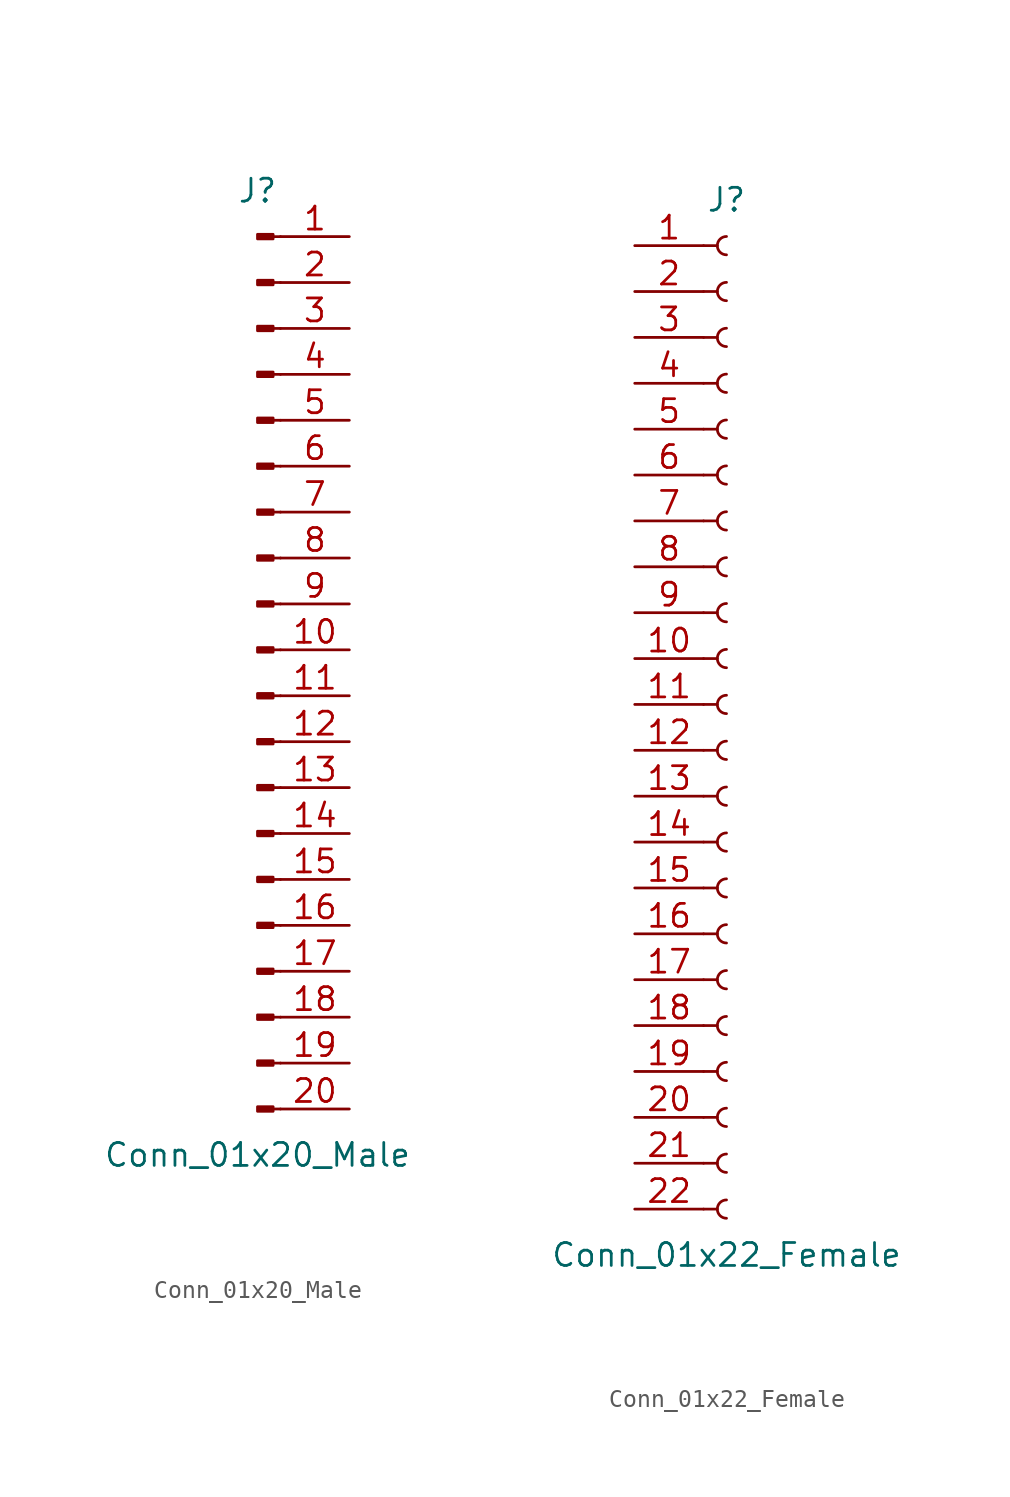
<source format=kicad_sym>
(kicad_symbol_lib
  (version 20201005)
  (generator kicad_symbol_editor)
  (symbol "Connector:Conn_01x20_Male"
    (pin_names
      (offset 1.016) hide)
    (property "Reference" "J"
      (at 0 25.4 0)
      (effects (font (size 1.27 1.27))))
    (property "Value" "Conn_01x20_Male"
      (at 0 -27.94 0)
      (effects (font (size 1.27 1.27))))
    (symbol "Conn_01x20_Male_1_1"
      (rectangle (start 0.864 -25.273) (end 0 -25.527) (stroke (width 0.152)) (fill (type outline)))
      (rectangle (start 0.864 -22.733) (end 0 -22.987) (stroke (width 0.152)) (fill (type outline)))
      (rectangle (start 0.864 -20.193) (end 0 -20.447) (stroke (width 0.152)) (fill (type outline)))
      (rectangle (start 0.864 -17.653) (end 0 -17.907) (stroke (width 0.152)) (fill (type outline)))
      (rectangle (start 0.864 -15.113) (end 0 -15.367) (stroke (width 0.152)) (fill (type outline)))
      (rectangle (start 0.864 -12.573) (end 0 -12.827) (stroke (width 0.152)) (fill (type outline)))
      (rectangle (start 0.864 -10.033) (end 0 -10.287) (stroke (width 0.152)) (fill (type outline)))
      (rectangle (start 0.864 -7.493) (end 0 -7.747) (stroke (width 0.152)) (fill (type outline)))
      (rectangle (start 0.864 -4.953) (end 0 -5.207) (stroke (width 0.152)) (fill (type outline)))
      (rectangle (start 0.864 -2.413) (end 0 -2.667) (stroke (width 0.152)) (fill (type outline)))
      (rectangle (start 0.864 0.127) (end 0 -0.127) (stroke (width 0.152)) (fill (type outline)))
      (rectangle (start 0.864 2.667) (end 0 2.413) (stroke (width 0.152)) (fill (type outline)))
      (rectangle (start 0.864 5.207) (end 0 4.953) (stroke (width 0.152)) (fill (type outline)))
      (rectangle (start 0.864 7.747) (end 0 7.493) (stroke (width 0.152)) (fill (type outline)))
      (rectangle (start 0.864 10.287) (end 0 10.033) (stroke (width 0.152)) (fill (type outline)))
      (rectangle (start 0.864 12.827) (end 0 12.573) (stroke (width 0.152)) (fill (type outline)))
      (rectangle (start 0.864 15.367) (end 0 15.113) (stroke (width 0.152)) (fill (type outline)))
      (rectangle (start 0.864 17.907) (end 0 17.653) (stroke (width 0.152)) (fill (type outline)))
      (rectangle (start 0.864 20.447) (end 0 20.193) (stroke (width 0.152)) (fill (type outline)))
      (rectangle (start 0.864 22.987) (end 0 22.733) (stroke (width 0.152)) (fill (type outline)))
      (polyline (pts (xy 1.27 -25.4) (xy 0.864 -25.4)) (stroke (width 0.152)) (fill (type none)))
      (polyline (pts (xy 1.27 -22.86) (xy 0.864 -22.86)) (stroke (width 0.152)) (fill (type none)))
      (polyline (pts (xy 1.27 -20.32) (xy 0.864 -20.32)) (stroke (width 0.152)) (fill (type none)))
      (polyline (pts (xy 1.27 -17.78) (xy 0.864 -17.78)) (stroke (width 0.152)) (fill (type none)))
      (polyline (pts (xy 1.27 -15.24) (xy 0.864 -15.24)) (stroke (width 0.152)) (fill (type none)))
      (polyline (pts (xy 1.27 -12.7) (xy 0.864 -12.7)) (stroke (width 0.152)) (fill (type none)))
      (polyline (pts (xy 1.27 -10.16) (xy 0.864 -10.16)) (stroke (width 0.152)) (fill (type none)))
      (polyline (pts (xy 1.27 -7.62) (xy 0.864 -7.62)) (stroke (width 0.152)) (fill (type none)))
      (polyline (pts (xy 1.27 -5.08) (xy 0.864 -5.08)) (stroke (width 0.152)) (fill (type none)))
      (polyline (pts (xy 1.27 -2.54) (xy 0.864 -2.54)) (stroke (width 0.152)) (fill (type none)))
      (polyline (pts (xy 1.27 0) (xy 0.864 0)) (stroke (width 0.152)) (fill (type none)))
      (polyline (pts (xy 1.27 2.54) (xy 0.864 2.54)) (stroke (width 0.152)) (fill (type none)))
      (polyline (pts (xy 1.27 5.08) (xy 0.864 5.08)) (stroke (width 0.152)) (fill (type none)))
      (polyline (pts (xy 1.27 7.62) (xy 0.864 7.62)) (stroke (width 0.152)) (fill (type none)))
      (polyline (pts (xy 1.27 10.16) (xy 0.864 10.16)) (stroke (width 0.152)) (fill (type none)))
      (polyline (pts (xy 1.27 12.7) (xy 0.864 12.7)) (stroke (width 0.152)) (fill (type none)))
      (polyline (pts (xy 1.27 15.24) (xy 0.864 15.24)) (stroke (width 0.152)) (fill (type none)))
      (polyline (pts (xy 1.27 17.78) (xy 0.864 17.78)) (stroke (width 0.152)) (fill (type none)))
      (polyline (pts (xy 1.27 20.32) (xy 0.864 20.32)) (stroke (width 0.152)) (fill (type none)))
      (polyline (pts (xy 1.27 22.86) (xy 0.864 22.86)) (stroke (width 0.152)) (fill (type none)))
      (pin passive line (at 5.08 22.86 180) (length 3.81) (name "Pin_1" (effects (font (size 1.27 1.27)))) (number "1" (effects (font (size 1.27 1.27)))))
      (pin passive line (at 5.08 0 180) (length 3.81) (name "Pin_10" (effects (font (size 1.27 1.27)))) (number "10" (effects (font (size 1.27 1.27)))))
      (pin passive line (at 5.08 -2.54 180) (length 3.81) (name "Pin_11" (effects (font (size 1.27 1.27)))) (number "11" (effects (font (size 1.27 1.27)))))
      (pin passive line (at 5.08 -5.08 180) (length 3.81) (name "Pin_12" (effects (font (size 1.27 1.27)))) (number "12" (effects (font (size 1.27 1.27)))))
      (pin passive line (at 5.08 -7.62 180) (length 3.81) (name "Pin_13" (effects (font (size 1.27 1.27)))) (number "13" (effects (font (size 1.27 1.27)))))
      (pin passive line (at 5.08 -10.16 180) (length 3.81) (name "Pin_14" (effects (font (size 1.27 1.27)))) (number "14" (effects (font (size 1.27 1.27)))))
      (pin passive line (at 5.08 -12.7 180) (length 3.81) (name "Pin_15" (effects (font (size 1.27 1.27)))) (number "15" (effects (font (size 1.27 1.27)))))
      (pin passive line (at 5.08 -15.24 180) (length 3.81) (name "Pin_16" (effects (font (size 1.27 1.27)))) (number "16" (effects (font (size 1.27 1.27)))))
      (pin passive line (at 5.08 -17.78 180) (length 3.81) (name "Pin_17" (effects (font (size 1.27 1.27)))) (number "17" (effects (font (size 1.27 1.27)))))
      (pin passive line (at 5.08 -20.32 180) (length 3.81) (name "Pin_18" (effects (font (size 1.27 1.27)))) (number "18" (effects (font (size 1.27 1.27)))))
      (pin passive line (at 5.08 -22.86 180) (length 3.81) (name "Pin_19" (effects (font (size 1.27 1.27)))) (number "19" (effects (font (size 1.27 1.27)))))
      (pin passive line (at 5.08 20.32 180) (length 3.81) (name "Pin_2" (effects (font (size 1.27 1.27)))) (number "2" (effects (font (size 1.27 1.27)))))
      (pin passive line (at 5.08 -25.4 180) (length 3.81) (name "Pin_20" (effects (font (size 1.27 1.27)))) (number "20" (effects (font (size 1.27 1.27)))))
      (pin passive line (at 5.08 17.78 180) (length 3.81) (name "Pin_3" (effects (font (size 1.27 1.27)))) (number "3" (effects (font (size 1.27 1.27)))))
      (pin passive line (at 5.08 15.24 180) (length 3.81) (name "Pin_4" (effects (font (size 1.27 1.27)))) (number "4" (effects (font (size 1.27 1.27)))))
      (pin passive line (at 5.08 12.7 180) (length 3.81) (name "Pin_5" (effects (font (size 1.27 1.27)))) (number "5" (effects (font (size 1.27 1.27)))))
      (pin passive line (at 5.08 10.16 180) (length 3.81) (name "Pin_6" (effects (font (size 1.27 1.27)))) (number "6" (effects (font (size 1.27 1.27)))))
      (pin passive line (at 5.08 7.62 180) (length 3.81) (name "Pin_7" (effects (font (size 1.27 1.27)))) (number "7" (effects (font (size 1.27 1.27)))))
      (pin passive line (at 5.08 5.08 180) (length 3.81) (name "Pin_8" (effects (font (size 1.27 1.27)))) (number "8" (effects (font (size 1.27 1.27)))))
      (pin passive line (at 5.08 2.54 180) (length 3.81) (name "Pin_9" (effects (font (size 1.27 1.27)))) (number "9" (effects (font (size 1.27 1.27)))))))
  (symbol "Connector:Conn_01x22_Female"
    (pin_names
      (offset 1.016) hide)
    (property "Reference" "J"
      (at 0 27.94 0)
      (effects (font (size 1.27 1.27))))
    (property "Value" "Conn_01x22_Female"
      (at 0 -30.48 0)
      (effects (font (size 1.27 1.27))))
    (symbol "Conn_01x22_Female_1_1"
      (arc (start 0 -27.432) (end 0 -28.448) (radius (at 0 -27.94) (length 0.508) (angles 90.1 -90.1)) (stroke (width 0.1524)) (fill (type none)))
      (arc (start 0 -24.892) (end 0 -25.908) (radius (at 0 -25.4) (length 0.508) (angles 90.1 -90.1)) (stroke (width 0.1524)) (fill (type none)))
      (arc (start 0 -22.352) (end 0 -23.368) (radius (at 0 -22.86) (length 0.508) (angles 90.1 -90.1)) (stroke (width 0.1524)) (fill (type none)))
      (arc (start 0 -19.812) (end 0 -20.828) (radius (at 0 -20.32) (length 0.508) (angles 90.1 -90.1)) (stroke (width 0.1524)) (fill (type none)))
      (arc (start 0 -17.272) (end 0 -18.288) (radius (at 0 -17.78) (length 0.508) (angles 90.1 -90.1)) (stroke (width 0.1524)) (fill (type none)))
      (arc (start 0 -14.732) (end 0 -15.748) (radius (at 0 -15.24) (length 0.508) (angles 90.1 -90.1)) (stroke (width 0.1524)) (fill (type none)))
      (arc (start 0 -12.192) (end 0 -13.208) (radius (at 0 -12.7) (length 0.508) (angles 90.1 -90.1)) (stroke (width 0.1524)) (fill (type none)))
      (arc (start 0 -9.652) (end 0 -10.668) (radius (at 0 -10.16) (length 0.508) (angles 90.1 -90.1)) (stroke (width 0.1524)) (fill (type none)))
      (arc (start 0 -7.112) (end 0 -8.128) (radius (at 0 -7.62) (length 0.508) (angles 90.1 -90.1)) (stroke (width 0.1524)) (fill (type none)))
      (arc (start 0 -4.572) (end 0 -5.588) (radius (at 0 -5.08) (length 0.508) (angles 90.1 -90.1)) (stroke (width 0.1524)) (fill (type none)))
      (arc (start 0 -2.032) (end 0 -3.048) (radius (at 0 -2.54) (length 0.508) (angles 90.1 -90.1)) (stroke (width 0.1524)) (fill (type none)))
      (arc (start 0 0.508) (end 0 -0.508) (radius (at 0 0) (length 0.508) (angles 90.1 -90.1)) (stroke (width 0.1524)) (fill (type none)))
      (arc (start 0 3.048) (end 0 2.032) (radius (at 0 2.54) (length 0.508) (angles 90.1 -90.1)) (stroke (width 0.1524)) (fill (type none)))
      (arc (start 0 5.588) (end 0 4.572) (radius (at 0 5.08) (length 0.508) (angles 90.1 -90.1)) (stroke (width 0.1524)) (fill (type none)))
      (arc (start 0 8.128) (end 0 7.112) (radius (at 0 7.62) (length 0.508) (angles 90.1 -90.1)) (stroke (width 0.1524)) (fill (type none)))
      (arc (start 0 10.668) (end 0 9.652) (radius (at 0 10.16) (length 0.508) (angles 90.1 -90.1)) (stroke (width 0.1524)) (fill (type none)))
      (arc (start 0 13.208) (end 0 12.192) (radius (at 0 12.7) (length 0.508) (angles 90.1 -90.1)) (stroke (width 0.1524)) (fill (type none)))
      (arc (start 0 15.748) (end 0 14.732) (radius (at 0 15.24) (length 0.508) (angles 90.1 -90.1)) (stroke (width 0.1524)) (fill (type none)))
      (arc (start 0 18.288) (end 0 17.272) (radius (at 0 17.78) (length 0.508) (angles 90.1 -90.1)) (stroke (width 0.1524)) (fill (type none)))
      (arc (start 0 20.828) (end 0 19.812) (radius (at 0 20.32) (length 0.508) (angles 90.1 -90.1)) (stroke (width 0.1524)) (fill (type none)))
      (arc (start 0 23.368) (end 0 22.352) (radius (at 0 22.86) (length 0.508) (angles 90.1 -90.1)) (stroke (width 0.1524)) (fill (type none)))
      (arc (start 0 25.908) (end 0 24.892) (radius (at 0 25.4) (length 0.508) (angles 90.1 -90.1)) (stroke (width 0.1524)) (fill (type none)))
      (polyline (pts (xy -1.27 -27.94) (xy -0.508 -27.94)) (stroke (width 0.152)) (fill (type none)))
      (polyline (pts (xy -1.27 -25.4) (xy -0.508 -25.4)) (stroke (width 0.152)) (fill (type none)))
      (polyline (pts (xy -1.27 -22.86) (xy -0.508 -22.86)) (stroke (width 0.152)) (fill (type none)))
      (polyline (pts (xy -1.27 -20.32) (xy -0.508 -20.32)) (stroke (width 0.152)) (fill (type none)))
      (polyline (pts (xy -1.27 -17.78) (xy -0.508 -17.78)) (stroke (width 0.152)) (fill (type none)))
      (polyline (pts (xy -1.27 -15.24) (xy -0.508 -15.24)) (stroke (width 0.152)) (fill (type none)))
      (polyline (pts (xy -1.27 -12.7) (xy -0.508 -12.7)) (stroke (width 0.152)) (fill (type none)))
      (polyline (pts (xy -1.27 -10.16) (xy -0.508 -10.16)) (stroke (width 0.152)) (fill (type none)))
      (polyline (pts (xy -1.27 -7.62) (xy -0.508 -7.62)) (stroke (width 0.152)) (fill (type none)))
      (polyline (pts (xy -1.27 -5.08) (xy -0.508 -5.08)) (stroke (width 0.152)) (fill (type none)))
      (polyline (pts (xy -1.27 -2.54) (xy -0.508 -2.54)) (stroke (width 0.152)) (fill (type none)))
      (polyline (pts (xy -1.27 0) (xy -0.508 0)) (stroke (width 0.152)) (fill (type none)))
      (polyline (pts (xy -1.27 2.54) (xy -0.508 2.54)) (stroke (width 0.152)) (fill (type none)))
      (polyline (pts (xy -1.27 5.08) (xy -0.508 5.08)) (stroke (width 0.152)) (fill (type none)))
      (polyline (pts (xy -1.27 7.62) (xy -0.508 7.62)) (stroke (width 0.152)) (fill (type none)))
      (polyline (pts (xy -1.27 10.16) (xy -0.508 10.16)) (stroke (width 0.152)) (fill (type none)))
      (polyline (pts (xy -1.27 12.7) (xy -0.508 12.7)) (stroke (width 0.152)) (fill (type none)))
      (polyline (pts (xy -1.27 15.24) (xy -0.508 15.24)) (stroke (width 0.152)) (fill (type none)))
      (polyline (pts (xy -1.27 17.78) (xy -0.508 17.78)) (stroke (width 0.152)) (fill (type none)))
      (polyline (pts (xy -1.27 20.32) (xy -0.508 20.32)) (stroke (width 0.152)) (fill (type none)))
      (polyline (pts (xy -1.27 22.86) (xy -0.508 22.86)) (stroke (width 0.152)) (fill (type none)))
      (polyline (pts (xy -1.27 25.4) (xy -0.508 25.4)) (stroke (width 0.152)) (fill (type none)))
      (pin passive line (at -5.08 25.4 0) (length 3.81) (name "Pin_1" (effects (font (size 1.27 1.27)))) (number "1" (effects (font (size 1.27 1.27)))))
      (pin passive line (at -5.08 2.54 0) (length 3.81) (name "Pin_10" (effects (font (size 1.27 1.27)))) (number "10" (effects (font (size 1.27 1.27)))))
      (pin passive line (at -5.08 0 0) (length 3.81) (name "Pin_11" (effects (font (size 1.27 1.27)))) (number "11" (effects (font (size 1.27 1.27)))))
      (pin passive line (at -5.08 -2.54 0) (length 3.81) (name "Pin_12" (effects (font (size 1.27 1.27)))) (number "12" (effects (font (size 1.27 1.27)))))
      (pin passive line (at -5.08 -5.08 0) (length 3.81) (name "Pin_13" (effects (font (size 1.27 1.27)))) (number "13" (effects (font (size 1.27 1.27)))))
      (pin passive line (at -5.08 -7.62 0) (length 3.81) (name "Pin_14" (effects (font (size 1.27 1.27)))) (number "14" (effects (font (size 1.27 1.27)))))
      (pin passive line (at -5.08 -10.16 0) (length 3.81) (name "Pin_15" (effects (font (size 1.27 1.27)))) (number "15" (effects (font (size 1.27 1.27)))))
      (pin passive line (at -5.08 -12.7 0) (length 3.81) (name "Pin_16" (effects (font (size 1.27 1.27)))) (number "16" (effects (font (size 1.27 1.27)))))
      (pin passive line (at -5.08 -15.24 0) (length 3.81) (name "Pin_17" (effects (font (size 1.27 1.27)))) (number "17" (effects (font (size 1.27 1.27)))))
      (pin passive line (at -5.08 -17.78 0) (length 3.81) (name "Pin_18" (effects (font (size 1.27 1.27)))) (number "18" (effects (font (size 1.27 1.27)))))
      (pin passive line (at -5.08 -20.32 0) (length 3.81) (name "Pin_19" (effects (font (size 1.27 1.27)))) (number "19" (effects (font (size 1.27 1.27)))))
      (pin passive line (at -5.08 22.86 0) (length 3.81) (name "Pin_2" (effects (font (size 1.27 1.27)))) (number "2" (effects (font (size 1.27 1.27)))))
      (pin passive line (at -5.08 -22.86 0) (length 3.81) (name "Pin_20" (effects (font (size 1.27 1.27)))) (number "20" (effects (font (size 1.27 1.27)))))
      (pin passive line (at -5.08 -25.4 0) (length 3.81) (name "Pin_21" (effects (font (size 1.27 1.27)))) (number "21" (effects (font (size 1.27 1.27)))))
      (pin passive line (at -5.08 -27.94 0) (length 3.81) (name "Pin_22" (effects (font (size 1.27 1.27)))) (number "22" (effects (font (size 1.27 1.27)))))
      (pin passive line (at -5.08 20.32 0) (length 3.81) (name "Pin_3" (effects (font (size 1.27 1.27)))) (number "3" (effects (font (size 1.27 1.27)))))
      (pin passive line (at -5.08 17.78 0) (length 3.81) (name "Pin_4" (effects (font (size 1.27 1.27)))) (number "4" (effects (font (size 1.27 1.27)))))
      (pin passive line (at -5.08 15.24 0) (length 3.81) (name "Pin_5" (effects (font (size 1.27 1.27)))) (number "5" (effects (font (size 1.27 1.27)))))
      (pin passive line (at -5.08 12.7 0) (length 3.81) (name "Pin_6" (effects (font (size 1.27 1.27)))) (number "6" (effects (font (size 1.27 1.27)))))
      (pin passive line (at -5.08 10.16 0) (length 3.81) (name "Pin_7" (effects (font (size 1.27 1.27)))) (number "7" (effects (font (size 1.27 1.27)))))
      (pin passive line (at -5.08 7.62 0) (length 3.81) (name "Pin_8" (effects (font (size 1.27 1.27)))) (number "8" (effects (font (size 1.27 1.27)))))
      (pin passive line (at -5.08 5.08 0) (length 3.81) (name "Pin_9" (effects (font (size 1.27 1.27)))) (number "9" (effects (font (size 1.27 1.27))))))))
</source>
